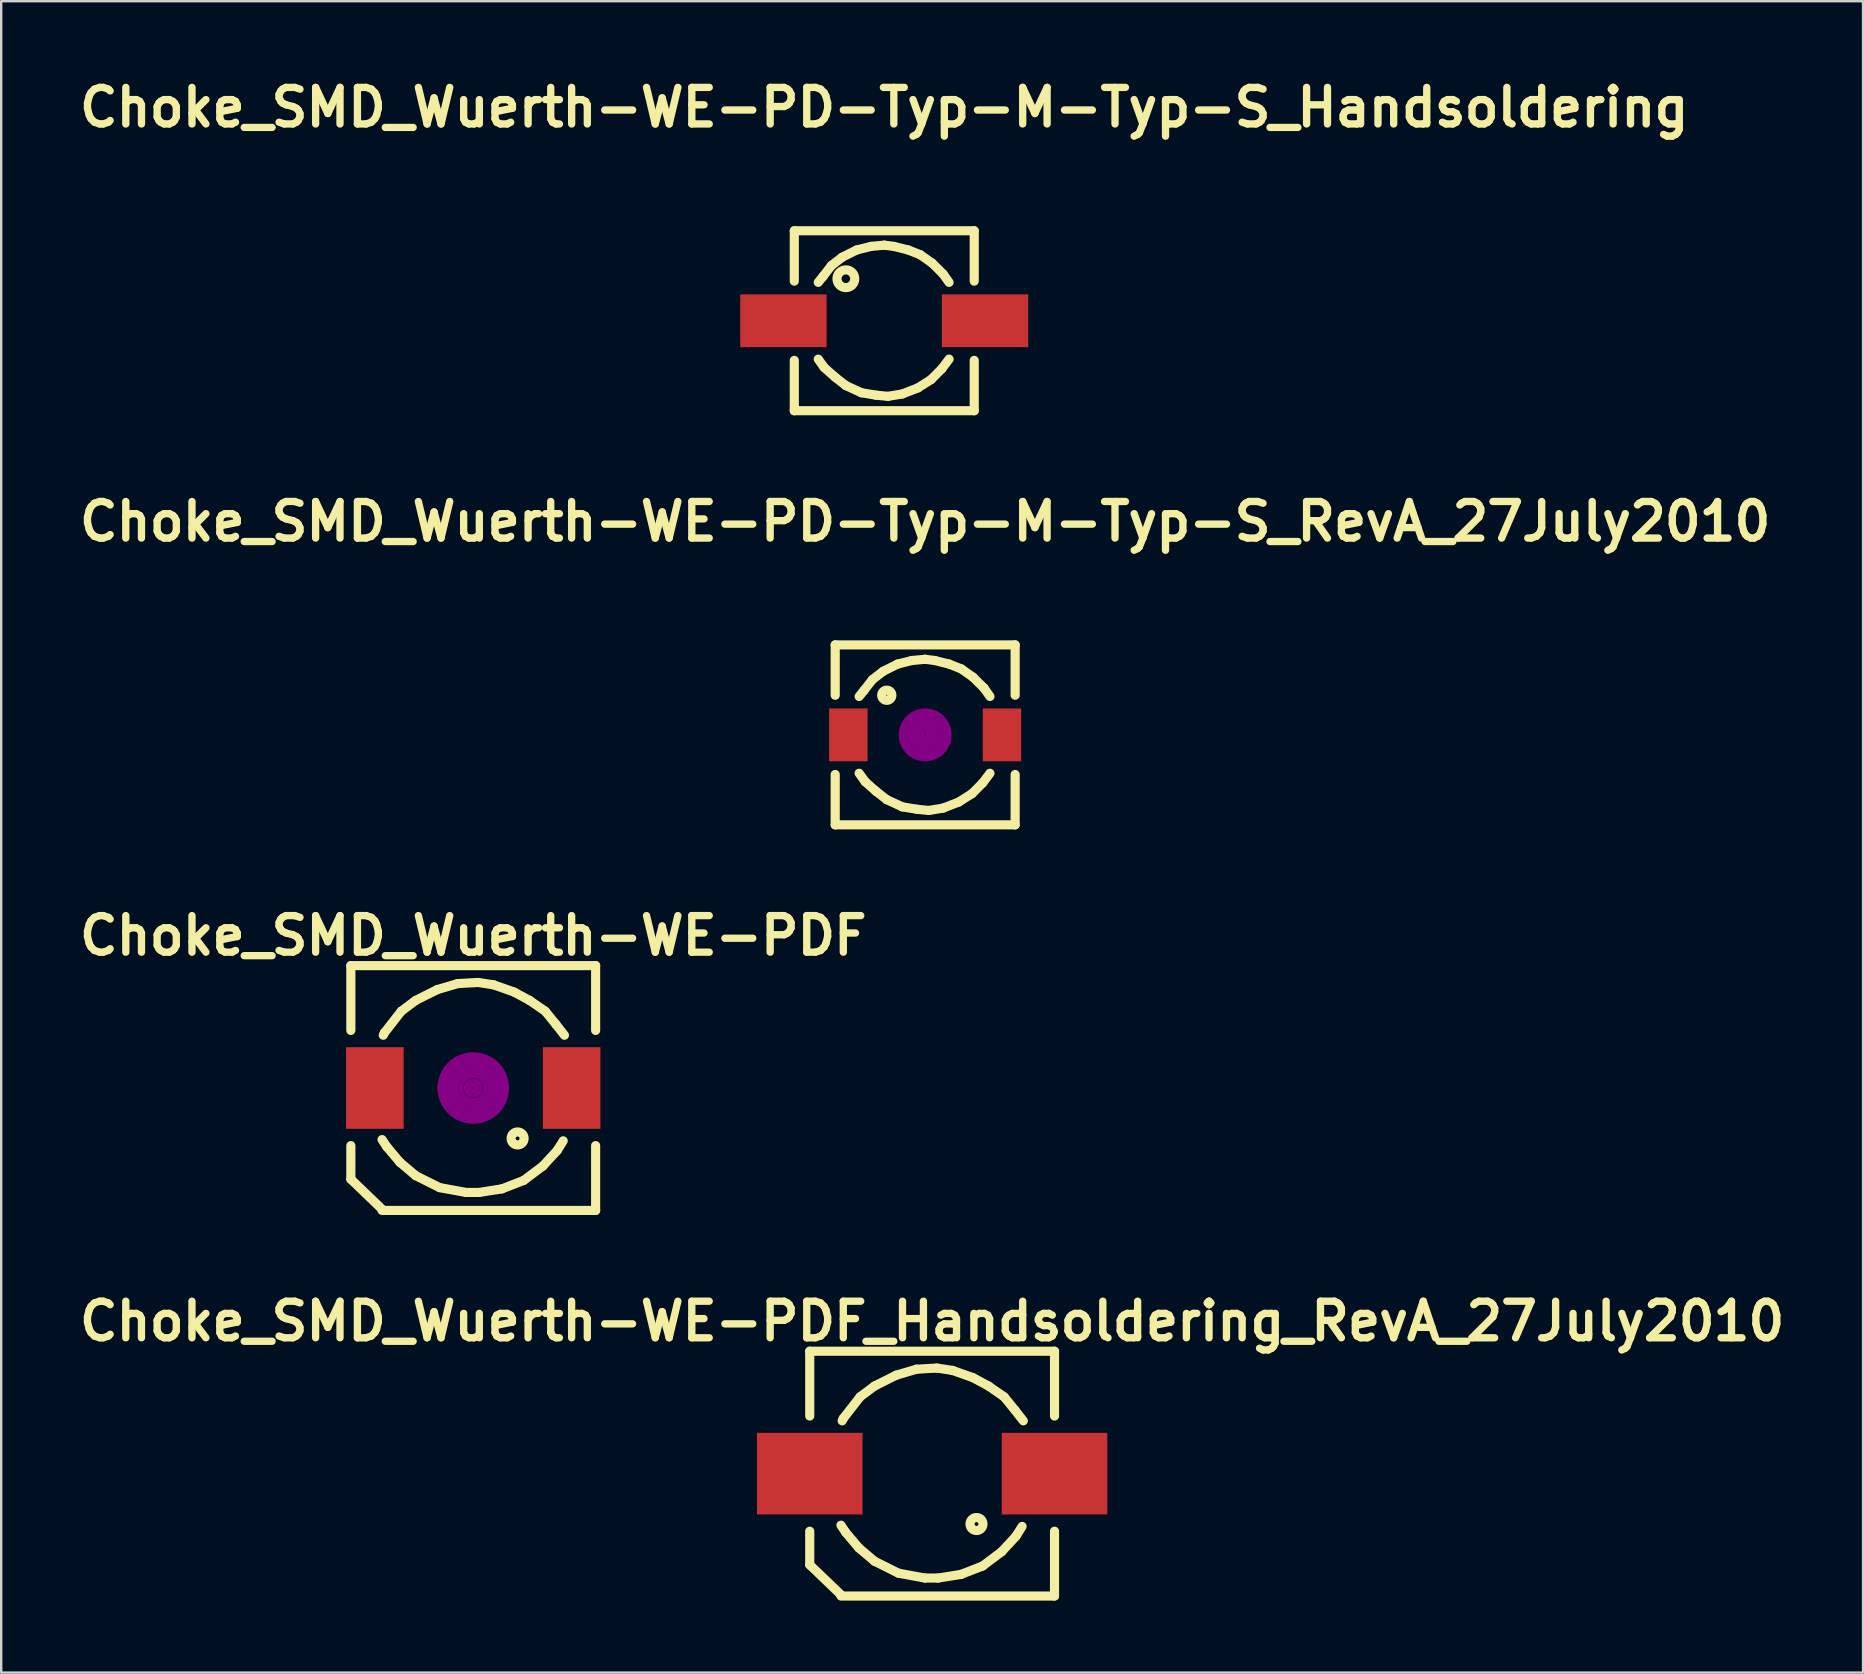
<source format=kicad_pcb>
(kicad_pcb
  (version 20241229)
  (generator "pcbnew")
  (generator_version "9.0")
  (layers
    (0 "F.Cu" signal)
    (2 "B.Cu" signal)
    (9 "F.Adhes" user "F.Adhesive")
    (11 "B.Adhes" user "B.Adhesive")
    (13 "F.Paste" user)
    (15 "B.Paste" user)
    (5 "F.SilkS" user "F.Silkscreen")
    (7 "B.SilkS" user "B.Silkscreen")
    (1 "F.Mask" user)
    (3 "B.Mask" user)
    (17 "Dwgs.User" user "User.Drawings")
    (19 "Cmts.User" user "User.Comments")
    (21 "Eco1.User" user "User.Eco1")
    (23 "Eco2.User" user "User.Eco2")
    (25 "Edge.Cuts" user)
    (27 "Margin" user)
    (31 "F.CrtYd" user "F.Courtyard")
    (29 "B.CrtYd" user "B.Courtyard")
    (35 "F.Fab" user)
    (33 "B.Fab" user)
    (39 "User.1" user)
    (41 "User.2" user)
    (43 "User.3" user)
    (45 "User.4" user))
  (footprint "Choke_SMD_Wuerth-WE-PD-Typ-M-Typ-S_Handsoldering"
    (layer "F.Cu")
    (at 33.797 10.316)
    (property "Reference" "Choke_SMD_Wuerth-WE-PD-Typ-M-Typ-S_Handsoldering" (at 0 -8.89 0) (layer "F.SilkS") (effects (font (size 1.524 1.524) (thickness 0.305))))
    (attr smd)
    (fp_line (start -3.749 -3.749) (end -3.749 -1.651) (stroke (width 0.381) (type solid)) (layer "F.SilkS"))
    (fp_line (start -3.749 1.651) (end -3.749 3.749) (stroke (width 0.381) (type solid)) (layer "F.SilkS"))
    (fp_line (start -3.749 3.749) (end 3.749 3.749) (stroke (width 0.381) (type solid)) (layer "F.SilkS"))
    (fp_line (start -2.751 1.6) (end -2.499 1.951) (stroke (width 0.381) (type solid)) (layer "F.SilkS"))
    (fp_line (start -2.55 -1.849) (end -2.751 -1.6) (stroke (width 0.381) (type solid)) (layer "F.SilkS"))
    (fp_line (start -2.499 1.951) (end -2.05 2.349) (stroke (width 0.381) (type solid)) (layer "F.SilkS"))
    (fp_line (start -2.2 -2.301) (end -2.55 -1.849) (stroke (width 0.381) (type solid)) (layer "F.SilkS"))
    (fp_line (start -2.05 2.349) (end -1.6 2.7) (stroke (width 0.381) (type solid)) (layer "F.SilkS"))
    (fp_line (start -1.75 -2.649) (end -2.2 -2.301) (stroke (width 0.381) (type solid)) (layer "F.SilkS"))
    (fp_line (start -1.6 2.7) (end -0.95 3) (stroke (width 0.381) (type solid)) (layer "F.SilkS"))
    (fp_line (start -1.151 -2.949) (end -1.75 -2.649) (stroke (width 0.381) (type solid)) (layer "F.SilkS"))
    (fp_line (start -0.95 3) (end -0.351 3.099) (stroke (width 0.381) (type solid)) (layer "F.SilkS"))
    (fp_line (start -0.551 -3.099) (end -1.151 -2.949) (stroke (width 0.381) (type solid)) (layer "F.SilkS"))
    (fp_line (start -0.351 3.099) (end 0.15 3.15) (stroke (width 0.381) (type solid)) (layer "F.SilkS"))
    (fp_line (start 0 -3.15) (end -0.551 -3.099) (stroke (width 0.381) (type solid)) (layer "F.SilkS"))
    (fp_line (start 0.15 3.15) (end 0.749 3.051) (stroke (width 0.381) (type solid)) (layer "F.SilkS"))
    (fp_line (start 0.399 -3.099) (end 0 -3.15) (stroke (width 0.381) (type solid)) (layer "F.SilkS"))
    (fp_line (start 0.749 3.051) (end 1.4 2.799) (stroke (width 0.381) (type solid)) (layer "F.SilkS"))
    (fp_line (start 1.001 -2.949) (end 0.399 -3.099) (stroke (width 0.381) (type solid)) (layer "F.SilkS"))
    (fp_line (start 1.4 2.799) (end 1.951 2.451) (stroke (width 0.381) (type solid)) (layer "F.SilkS"))
    (fp_line (start 1.501 -2.751) (end 1.001 -2.949) (stroke (width 0.381) (type solid)) (layer "F.SilkS"))
    (fp_line (start 1.951 2.451) (end 2.4 1.999) (stroke (width 0.381) (type solid)) (layer "F.SilkS"))
    (fp_line (start 1.999 -2.4) (end 1.501 -2.751) (stroke (width 0.381) (type solid)) (layer "F.SilkS"))
    (fp_line (start 2.4 1.999) (end 2.7 1.6) (stroke (width 0.381) (type solid)) (layer "F.SilkS"))
    (fp_line (start 2.451 -1.951) (end 1.999 -2.4) (stroke (width 0.381) (type solid)) (layer "F.SilkS"))
    (fp_line (start 2.7 -1.6) (end 2.451 -1.951) (stroke (width 0.381) (type solid)) (layer "F.SilkS"))
    (fp_line (start 3.749 -3.749) (end -3.749 -3.749) (stroke (width 0.381) (type solid)) (layer "F.SilkS"))
    (fp_line (start 3.749 -3.749) (end 3.749 -1.651) (stroke (width 0.381) (type solid)) (layer "F.SilkS"))
    (fp_line (start 3.749 3.749) (end 3.749 1.651) (stroke (width 0.381) (type solid)) (layer "F.SilkS"))
    (fp_circle (center -1.6 -1.75) (end -1.501 -1.6) (stroke (width 0.381) (type solid)) (fill no) (layer "F.SilkS"))
    (pad "1" smd rect (at -4.201 0) (size 3.599 2.2) (layers "F.Cu" "F.Mask" "F.Paste"))
    (pad "2" smd rect (at 4.201 0) (size 3.599 2.2) (layers "F.Cu" "F.Mask" "F.Paste")))
  (footprint "Choke_SMD_Wuerth-WE-PD-Typ-M-Typ-S_RevA_27July2010"
    (layer "F.Cu")
    (at 35.502 27.572)
    (property "Reference" "Choke_SMD_Wuerth-WE-PD-Typ-M-Typ-S_RevA_27July2010" (at 0 -8.89 0) (layer "F.SilkS") (effects (font (size 1.524 1.524) (thickness 0.305))))
    (attr smd)
    (fp_line (start -3.749 -3.749) (end -3.749 -1.651) (stroke (width 0.381) (type solid)) (layer "F.SilkS"))
    (fp_line (start -3.749 1.651) (end -3.749 3.749) (stroke (width 0.381) (type solid)) (layer "F.SilkS"))
    (fp_line (start -3.749 3.749) (end 3.749 3.749) (stroke (width 0.381) (type solid)) (layer "F.SilkS"))
    (fp_line (start -2.751 1.6) (end -2.499 1.951) (stroke (width 0.381) (type solid)) (layer "F.SilkS"))
    (fp_line (start -2.55 -1.849) (end -2.751 -1.6) (stroke (width 0.381) (type solid)) (layer "F.SilkS"))
    (fp_line (start -2.499 1.951) (end -2.05 2.349) (stroke (width 0.381) (type solid)) (layer "F.SilkS"))
    (fp_line (start -2.2 -2.301) (end -2.55 -1.849) (stroke (width 0.381) (type solid)) (layer "F.SilkS"))
    (fp_line (start -2.05 2.349) (end -1.6 2.7) (stroke (width 0.381) (type solid)) (layer "F.SilkS"))
    (fp_line (start -1.75 -2.649) (end -2.2 -2.301) (stroke (width 0.381) (type solid)) (layer "F.SilkS"))
    (fp_line (start -1.6 2.7) (end -0.95 3) (stroke (width 0.381) (type solid)) (layer "F.SilkS"))
    (fp_line (start -1.151 -2.949) (end -1.75 -2.649) (stroke (width 0.381) (type solid)) (layer "F.SilkS"))
    (fp_line (start -0.95 3) (end -0.351 3.099) (stroke (width 0.381) (type solid)) (layer "F.SilkS"))
    (fp_line (start -0.551 -3.099) (end -1.151 -2.949) (stroke (width 0.381) (type solid)) (layer "F.SilkS"))
    (fp_line (start -0.351 3.099) (end 0.15 3.15) (stroke (width 0.381) (type solid)) (layer "F.SilkS"))
    (fp_line (start 0 -3.15) (end -0.551 -3.099) (stroke (width 0.381) (type solid)) (layer "F.SilkS"))
    (fp_line (start 0.15 3.15) (end 0.749 3.051) (stroke (width 0.381) (type solid)) (layer "F.SilkS"))
    (fp_line (start 0.399 -3.099) (end 0 -3.15) (stroke (width 0.381) (type solid)) (layer "F.SilkS"))
    (fp_line (start 0.749 3.051) (end 1.4 2.799) (stroke (width 0.381) (type solid)) (layer "F.SilkS"))
    (fp_line (start 1.001 -2.949) (end 0.399 -3.099) (stroke (width 0.381) (type solid)) (layer "F.SilkS"))
    (fp_line (start 1.4 2.799) (end 1.951 2.451) (stroke (width 0.381) (type solid)) (layer "F.SilkS"))
    (fp_line (start 1.501 -2.751) (end 1.001 -2.949) (stroke (width 0.381) (type solid)) (layer "F.SilkS"))
    (fp_line (start 1.951 2.451) (end 2.4 1.999) (stroke (width 0.381) (type solid)) (layer "F.SilkS"))
    (fp_line (start 1.999 -2.4) (end 1.501 -2.751) (stroke (width 0.381) (type solid)) (layer "F.SilkS"))
    (fp_line (start 2.4 1.999) (end 2.7 1.6) (stroke (width 0.381) (type solid)) (layer "F.SilkS"))
    (fp_line (start 2.451 -1.951) (end 1.999 -2.4) (stroke (width 0.381) (type solid)) (layer "F.SilkS"))
    (fp_line (start 2.7 -1.6) (end 2.451 -1.951) (stroke (width 0.381) (type solid)) (layer "F.SilkS"))
    (fp_line (start 3.749 -3.749) (end -3.749 -3.749) (stroke (width 0.381) (type solid)) (layer "F.SilkS"))
    (fp_line (start 3.749 -3.749) (end 3.749 -1.651) (stroke (width 0.381) (type solid)) (layer "F.SilkS"))
    (fp_line (start 3.749 3.749) (end 3.749 1.651) (stroke (width 0.381) (type solid)) (layer "F.SilkS"))
    (fp_circle (center -1.6 -1.651) (end -1.45 -1.501) (stroke (width 0.381) (type solid)) (fill no) (layer "F.SilkS"))
    (fp_circle (center 0 0) (end 0.15 0.15) (stroke (width 0.381) (type solid)) (fill no) (layer "F.Adhes"))
    (fp_circle (center 0 0) (end 0.551 0.051) (stroke (width 0.381) (type solid)) (fill no) (layer "F.Adhes"))
    (fp_circle (center 0 0) (end 0.899 0.15) (stroke (width 0.381) (type solid)) (fill no) (layer "F.Adhes"))
    (pad "1" smd rect (at -3.2 0) (size 1.6 2.2) (layers "F.Cu" "F.Mask" "F.Paste"))
    (pad "2" smd rect (at 3.2 0) (size 1.6 2.2) (layers "F.Cu" "F.Mask" "F.Paste")))
  (footprint "Choke_SMD_Wuerth-WE-PDF_Handsoldering_RevA_27July2010"
    (layer "F.Cu")
    (at 35.792 58.356)
    (property "Reference" "Choke_SMD_Wuerth-WE-PDF_Handsoldering_RevA_27July2010" (at 0 -6.35 0) (layer "F.SilkS") (effects (font (size 1.524 1.524) (thickness 0.305))))
    (attr smd)
    (fp_line (start -5.1 -5.1) (end -5.1 -2.4) (stroke (width 0.381) (type solid)) (layer "F.SilkS"))
    (fp_line (start -5.1 2.4) (end -5.1 3.8) (stroke (width 0.381) (type solid)) (layer "F.SilkS"))
    (fp_line (start -5.1 3.8) (end -3.8 5.05) (stroke (width 0.381) (type solid)) (layer "F.SilkS"))
    (fp_line (start -3.8 2.149) (end -3.599 2.451) (stroke (width 0.381) (type solid)) (layer "F.SilkS"))
    (fp_line (start -3.701 -2.301) (end -3.749 -2.2) (stroke (width 0.381) (type solid)) (layer "F.SilkS"))
    (fp_line (start -3.599 2.451) (end -3.051 3.099) (stroke (width 0.381) (type solid)) (layer "F.SilkS"))
    (fp_line (start -3.051 3.099) (end -2.4 3.65) (stroke (width 0.381) (type solid)) (layer "F.SilkS"))
    (fp_line (start -3 -3.2) (end -3.701 -2.301) (stroke (width 0.381) (type solid)) (layer "F.SilkS"))
    (fp_line (start -2.4 -3.65) (end -3 -3.2) (stroke (width 0.381) (type solid)) (layer "F.SilkS"))
    (fp_line (start -2.4 3.65) (end -1.4 4.15) (stroke (width 0.381) (type solid)) (layer "F.SilkS"))
    (fp_line (start -1.501 -4.1) (end -2.4 -3.65) (stroke (width 0.381) (type solid)) (layer "F.SilkS"))
    (fp_line (start -1.4 4.15) (end -0.3 4.351) (stroke (width 0.381) (type solid)) (layer "F.SilkS"))
    (fp_line (start -0.65 -4.351) (end -1.501 -4.1) (stroke (width 0.381) (type solid)) (layer "F.SilkS"))
    (fp_line (start -0.3 4.351) (end 0.249 4.351) (stroke (width 0.381) (type solid)) (layer "F.SilkS"))
    (fp_line (start 0.201 -4.399) (end -0.65 -4.351) (stroke (width 0.381) (type solid)) (layer "F.SilkS"))
    (fp_line (start 0.249 4.351) (end 1.199 4.201) (stroke (width 0.381) (type solid)) (layer "F.SilkS"))
    (fp_line (start 0.851 -4.3) (end 0.201 -4.399) (stroke (width 0.381) (type solid)) (layer "F.SilkS"))
    (fp_line (start 1.199 4.201) (end 2.101 3.851) (stroke (width 0.381) (type solid)) (layer "F.SilkS"))
    (fp_line (start 1.699 -4) (end 0.851 -4.3) (stroke (width 0.381) (type solid)) (layer "F.SilkS"))
    (fp_line (start 2.101 3.851) (end 2.901 3.251) (stroke (width 0.381) (type solid)) (layer "F.SilkS"))
    (fp_line (start 2.349 -3.65) (end 1.699 -4) (stroke (width 0.381) (type solid)) (layer "F.SilkS"))
    (fp_line (start 2.901 3.251) (end 3.5 2.601) (stroke (width 0.381) (type solid)) (layer "F.SilkS"))
    (fp_line (start 3 -3.2) (end 2.349 -3.65) (stroke (width 0.381) (type solid)) (layer "F.SilkS"))
    (fp_line (start 3.449 -2.649) (end 3 -3.2) (stroke (width 0.381) (type solid)) (layer "F.SilkS"))
    (fp_line (start 3.5 2.601) (end 3.749 2.2) (stroke (width 0.381) (type solid)) (layer "F.SilkS"))
    (fp_line (start 3.8 -2.2) (end 3.449 -2.649) (stroke (width 0.381) (type solid)) (layer "F.SilkS"))
    (fp_line (start 5.1 -5.1) (end -5.1 -5.1) (stroke (width 0.381) (type solid)) (layer "F.SilkS"))
    (fp_line (start 5.1 -5.1) (end 5.1 -2.4) (stroke (width 0.381) (type solid)) (layer "F.SilkS"))
    (fp_line (start 5.1 5.1) (end -3.8 5.1) (stroke (width 0.381) (type solid)) (layer "F.SilkS"))
    (fp_line (start 5.1 5.1) (end 5.1 2.4) (stroke (width 0.381) (type solid)) (layer "F.SilkS"))
    (fp_circle (center 1.849 2.101) (end 2.101 2.2) (stroke (width 0.381) (type solid)) (fill no) (layer "F.SilkS"))
    (pad "1" smd rect (at -5.1 0) (size 4.399 3.401) (layers "F.Cu" "F.Mask" "F.Paste"))
    (pad "2" smd rect (at 5.1 0) (size 4.399 3.401) (layers "F.Cu" "F.Mask" "F.Paste")))
  (footprint "Choke_SMD_Wuerth-WE-PDF"
    (layer "F.Cu")
    (at 16.67 42.288)
    (property "Reference" "Choke_SMD_Wuerth-WE-PDF" (at 0 -6.35 0) (layer "F.SilkS") (effects (font (size 1.524 1.524) (thickness 0.305))))
    (attr smd)
    (fp_line (start -5.1 -5.1) (end -5.1 -2.4) (stroke (width 0.381) (type solid)) (layer "F.SilkS"))
    (fp_line (start -5.1 2.4) (end -5.1 3.8) (stroke (width 0.381) (type solid)) (layer "F.SilkS"))
    (fp_line (start -5.1 3.8) (end -3.8 5.05) (stroke (width 0.381) (type solid)) (layer "F.SilkS"))
    (fp_line (start -3.8 2.149) (end -3.599 2.451) (stroke (width 0.381) (type solid)) (layer "F.SilkS"))
    (fp_line (start -3.701 -2.301) (end -3.749 -2.2) (stroke (width 0.381) (type solid)) (layer "F.SilkS"))
    (fp_line (start -3.599 2.451) (end -3.051 3.099) (stroke (width 0.381) (type solid)) (layer "F.SilkS"))
    (fp_line (start -3.051 3.099) (end -2.4 3.65) (stroke (width 0.381) (type solid)) (layer "F.SilkS"))
    (fp_line (start -3 -3.2) (end -3.701 -2.301) (stroke (width 0.381) (type solid)) (layer "F.SilkS"))
    (fp_line (start -2.4 -3.65) (end -3 -3.2) (stroke (width 0.381) (type solid)) (layer "F.SilkS"))
    (fp_line (start -2.4 3.65) (end -1.4 4.15) (stroke (width 0.381) (type solid)) (layer "F.SilkS"))
    (fp_line (start -1.501 -4.1) (end -2.4 -3.65) (stroke (width 0.381) (type solid)) (layer "F.SilkS"))
    (fp_line (start -1.4 4.15) (end -0.3 4.351) (stroke (width 0.381) (type solid)) (layer "F.SilkS"))
    (fp_line (start -0.65 -4.351) (end -1.501 -4.1) (stroke (width 0.381) (type solid)) (layer "F.SilkS"))
    (fp_line (start -0.3 4.351) (end 0.249 4.351) (stroke (width 0.381) (type solid)) (layer "F.SilkS"))
    (fp_line (start 0.201 -4.399) (end -0.65 -4.351) (stroke (width 0.381) (type solid)) (layer "F.SilkS"))
    (fp_line (start 0.249 4.351) (end 1.199 4.201) (stroke (width 0.381) (type solid)) (layer "F.SilkS"))
    (fp_line (start 0.851 -4.3) (end 0.201 -4.399) (stroke (width 0.381) (type solid)) (layer "F.SilkS"))
    (fp_line (start 1.199 4.201) (end 2.101 3.851) (stroke (width 0.381) (type solid)) (layer "F.SilkS"))
    (fp_line (start 1.699 -4) (end 0.851 -4.3) (stroke (width 0.381) (type solid)) (layer "F.SilkS"))
    (fp_line (start 2.101 3.851) (end 2.901 3.251) (stroke (width 0.381) (type solid)) (layer "F.SilkS"))
    (fp_line (start 2.349 -3.65) (end 1.699 -4) (stroke (width 0.381) (type solid)) (layer "F.SilkS"))
    (fp_line (start 2.901 3.251) (end 3.5 2.601) (stroke (width 0.381) (type solid)) (layer "F.SilkS"))
    (fp_line (start 3 -3.2) (end 2.349 -3.65) (stroke (width 0.381) (type solid)) (layer "F.SilkS"))
    (fp_line (start 3.449 -2.649) (end 3 -3.2) (stroke (width 0.381) (type solid)) (layer "F.SilkS"))
    (fp_line (start 3.5 2.601) (end 3.749 2.2) (stroke (width 0.381) (type solid)) (layer "F.SilkS"))
    (fp_line (start 3.8 -2.2) (end 3.449 -2.649) (stroke (width 0.381) (type solid)) (layer "F.SilkS"))
    (fp_line (start 5.1 -5.1) (end -5.1 -5.1) (stroke (width 0.381) (type solid)) (layer "F.SilkS"))
    (fp_line (start 5.1 -5.1) (end 5.1 -2.4) (stroke (width 0.381) (type solid)) (layer "F.SilkS"))
    (fp_line (start 5.1 5.1) (end -3.8 5.1) (stroke (width 0.381) (type solid)) (layer "F.SilkS"))
    (fp_line (start 5.1 5.1) (end 5.1 2.4) (stroke (width 0.381) (type solid)) (layer "F.SilkS"))
    (fp_circle (center 1.849 2.101) (end 2.101 2.2) (stroke (width 0.381) (type solid)) (fill no) (layer "F.SilkS"))
    (fp_circle (center 0 0) (end 0.15 0.15) (stroke (width 0.381) (type solid)) (fill no) (layer "F.Adhes"))
    (fp_circle (center 0 0) (end 0.599 0.051) (stroke (width 0.381) (type solid)) (fill no) (layer "F.Adhes"))
    (fp_circle (center 0 0) (end 0.95 0) (stroke (width 0.381) (type solid)) (fill no) (layer "F.Adhes"))
    (fp_circle (center 0 0) (end 1.3 0.051) (stroke (width 0.381) (type solid)) (fill no) (layer "F.Adhes"))
    (pad "1" smd rect (at -4.1 0) (size 2.4 3.401) (layers "F.Cu" "F.Mask" "F.Paste"))
    (pad "2" smd rect (at 4.1 0) (size 2.4 3.401) (layers "F.Cu" "F.Mask" "F.Paste")))
  (gr_rect
    (start -3 -3)
    (end 74.584 66.647)
    (stroke (width 0.1) (type default))
    (fill no)
    (layer "Edge.Cuts")))
</source>
